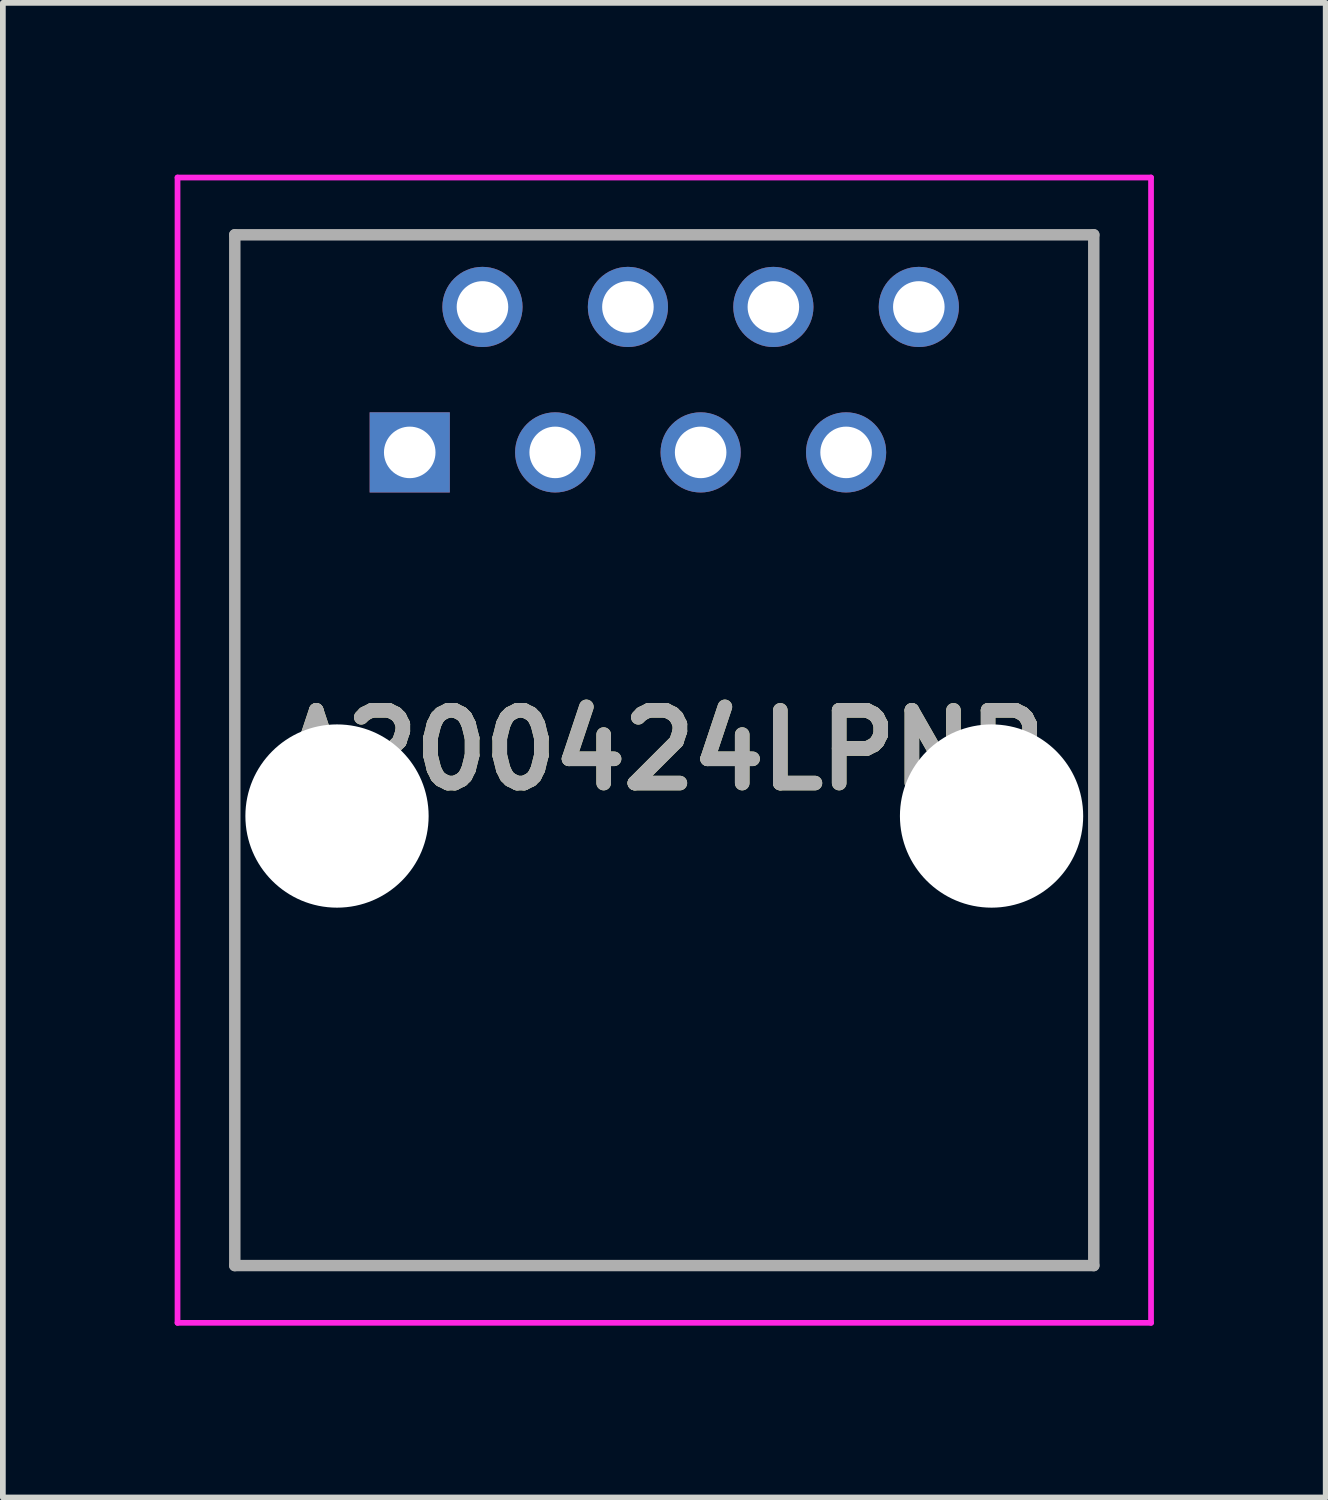
<source format=kicad_pcb>
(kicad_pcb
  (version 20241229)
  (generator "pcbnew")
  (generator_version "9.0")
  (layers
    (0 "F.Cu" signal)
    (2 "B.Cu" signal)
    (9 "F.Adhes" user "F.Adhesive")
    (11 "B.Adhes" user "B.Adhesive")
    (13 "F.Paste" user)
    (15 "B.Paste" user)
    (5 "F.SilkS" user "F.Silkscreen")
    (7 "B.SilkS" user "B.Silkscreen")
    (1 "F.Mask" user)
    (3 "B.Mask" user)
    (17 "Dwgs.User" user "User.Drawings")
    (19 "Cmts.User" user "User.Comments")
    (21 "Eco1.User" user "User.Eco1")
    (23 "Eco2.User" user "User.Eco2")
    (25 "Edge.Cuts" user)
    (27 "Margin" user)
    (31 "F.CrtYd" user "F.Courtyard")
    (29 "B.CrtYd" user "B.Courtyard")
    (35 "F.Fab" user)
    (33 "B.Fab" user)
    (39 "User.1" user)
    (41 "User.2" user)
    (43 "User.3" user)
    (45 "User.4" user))
  (footprint "A200424LPNR"
    (layer "F.Cu")
    (at 4.105 4.85)
    (property "Reference" "A200424LPNR" (at 4.445 5.2 0) (layer "F.SilkS") (effects (font (size 1.27 1.27) (thickness 0.254))))
    (attr through_hole)
    (fp_line (start -3.055 -3.8) (end -3.055 -3.8) (stroke (width 0.1) (type solid)) (layer "F.SilkS"))
    (fp_line (start -3.055 -3.8) (end -3.055 -3.8) (stroke (width 0.1) (type solid)) (layer "F.SilkS"))
    (fp_line (start -3.055 -3.8) (end -3.055 4.25) (stroke (width 0.1) (type solid)) (layer "F.SilkS"))
    (fp_line (start -3.055 -3.8) (end 11.945 -3.8) (stroke (width 0.1) (type solid)) (layer "F.SilkS"))
    (fp_line (start -3.055 4.25) (end -3.055 -3.8) (stroke (width 0.1) (type solid)) (layer "F.SilkS"))
    (fp_line (start -3.055 4.25) (end -3.055 4.25) (stroke (width 0.1) (type solid)) (layer "F.SilkS"))
    (fp_line (start -3.055 8.25) (end -3.055 8.25) (stroke (width 0.1) (type solid)) (layer "F.SilkS"))
    (fp_line (start -3.055 8.25) (end -3.055 14.2) (stroke (width 0.1) (type solid)) (layer "F.SilkS"))
    (fp_line (start -3.055 14.2) (end -3.055 8.25) (stroke (width 0.1) (type solid)) (layer "F.SilkS"))
    (fp_line (start -3.055 14.2) (end -3.055 14.2) (stroke (width 0.1) (type solid)) (layer "F.SilkS"))
    (fp_line (start -3.055 14.2) (end -3.055 14.2) (stroke (width 0.1) (type solid)) (layer "F.SilkS"))
    (fp_line (start -3.055 14.2) (end 11.945 14.2) (stroke (width 0.1) (type solid)) (layer "F.SilkS"))
    (fp_line (start 11.945 -3.8) (end -3.055 -3.8) (stroke (width 0.1) (type solid)) (layer "F.SilkS"))
    (fp_line (start 11.945 -3.8) (end 11.945 -3.8) (stroke (width 0.1) (type solid)) (layer "F.SilkS"))
    (fp_line (start 11.945 -3.8) (end 11.945 -3.8) (stroke (width 0.1) (type solid)) (layer "F.SilkS"))
    (fp_line (start 11.945 -3.8) (end 11.945 4.25) (stroke (width 0.1) (type solid)) (layer "F.SilkS"))
    (fp_line (start 11.945 4.25) (end 11.945 -3.8) (stroke (width 0.1) (type solid)) (layer "F.SilkS"))
    (fp_line (start 11.945 4.25) (end 11.945 4.25) (stroke (width 0.1) (type solid)) (layer "F.SilkS"))
    (fp_line (start 11.945 8.25) (end 11.945 8.25) (stroke (width 0.1) (type solid)) (layer "F.SilkS"))
    (fp_line (start 11.945 8.25) (end 11.945 14.2) (stroke (width 0.1) (type solid)) (layer "F.SilkS"))
    (fp_line (start 11.945 14.2) (end -3.055 14.2) (stroke (width 0.1) (type solid)) (layer "F.SilkS"))
    (fp_line (start 11.945 14.2) (end 11.945 8.25) (stroke (width 0.1) (type solid)) (layer "F.SilkS"))
    (fp_line (start 11.945 14.2) (end 11.945 14.2) (stroke (width 0.1) (type solid)) (layer "F.SilkS"))
    (fp_line (start 11.945 14.2) (end 11.945 14.2) (stroke (width 0.1) (type solid)) (layer "F.SilkS"))
    (fp_line (start -4.055 -4.8) (end 12.945 -4.8) (stroke (width 0.1) (type solid)) (layer "F.CrtYd"))
    (fp_line (start -4.055 15.2) (end -4.055 -4.8) (stroke (width 0.1) (type solid)) (layer "F.CrtYd"))
    (fp_line (start 12.945 -4.8) (end 12.945 15.2) (stroke (width 0.1) (type solid)) (layer "F.CrtYd"))
    (fp_line (start 12.945 15.2) (end -4.055 15.2) (stroke (width 0.1) (type solid)) (layer "F.CrtYd"))
    (fp_line (start -3.055 -3.8) (end -3.055 14.2) (stroke (width 0.2) (type solid)) (layer "F.Fab"))
    (fp_line (start -3.055 14.2) (end 11.945 14.2) (stroke (width 0.2) (type solid)) (layer "F.Fab"))
    (fp_line (start 11.945 -3.8) (end -3.055 -3.8) (stroke (width 0.2) (type solid)) (layer "F.Fab"))
    (fp_line (start 11.945 14.2) (end 11.945 -3.8) (stroke (width 0.2) (type solid)) (layer "F.Fab"))
    (fp_text user "${REFERENCE}" (at 4.445 5.2 0) (layer "F.Fab") (effects (font (size 1.27 1.27) (thickness 0.254))))
    (pad "" np_thru_hole circle (at -1.27 6.35) (size 3.2 3.2) (drill 3.2) (layers "*.Cu" "*.Mask"))
    (pad "" np_thru_hole circle (at 10.16 6.35) (size 3.2 3.2) (drill 3.2) (layers "*.Cu" "*.Mask"))
    (pad "1" thru_hole rect (at 0 0) (size 1.4 1.4) (drill 0.9) (layers "*.Cu" "*.Mask"))
    (pad "2" thru_hole circle (at 1.27 -2.54) (size 1.4 1.4) (drill 0.9) (layers "*.Cu" "*.Mask"))
    (pad "3" thru_hole circle (at 2.54 0) (size 1.4 1.4) (drill 0.9) (layers "*.Cu" "*.Mask"))
    (pad "4" thru_hole circle (at 3.81 -2.54) (size 1.4 1.4) (drill 0.9) (layers "*.Cu" "*.Mask"))
    (pad "5" thru_hole circle (at 5.08 0) (size 1.4 1.4) (drill 0.9) (layers "*.Cu" "*.Mask"))
    (pad "6" thru_hole circle (at 6.35 -2.54) (size 1.4 1.4) (drill 0.9) (layers "*.Cu" "*.Mask"))
    (pad "7" thru_hole circle (at 7.62 0) (size 1.4 1.4) (drill 0.9) (layers "*.Cu" "*.Mask"))
    (pad "8" thru_hole circle (at 8.89 -2.54) (size 1.4 1.4) (drill 0.9) (layers "*.Cu" "*.Mask")))
  (gr_rect
    (start -3 -3)
    (end 20.1 23.1)
    (stroke (width 0.1) (type default))
    (fill no)
    (layer "Edge.Cuts")))
</source>
